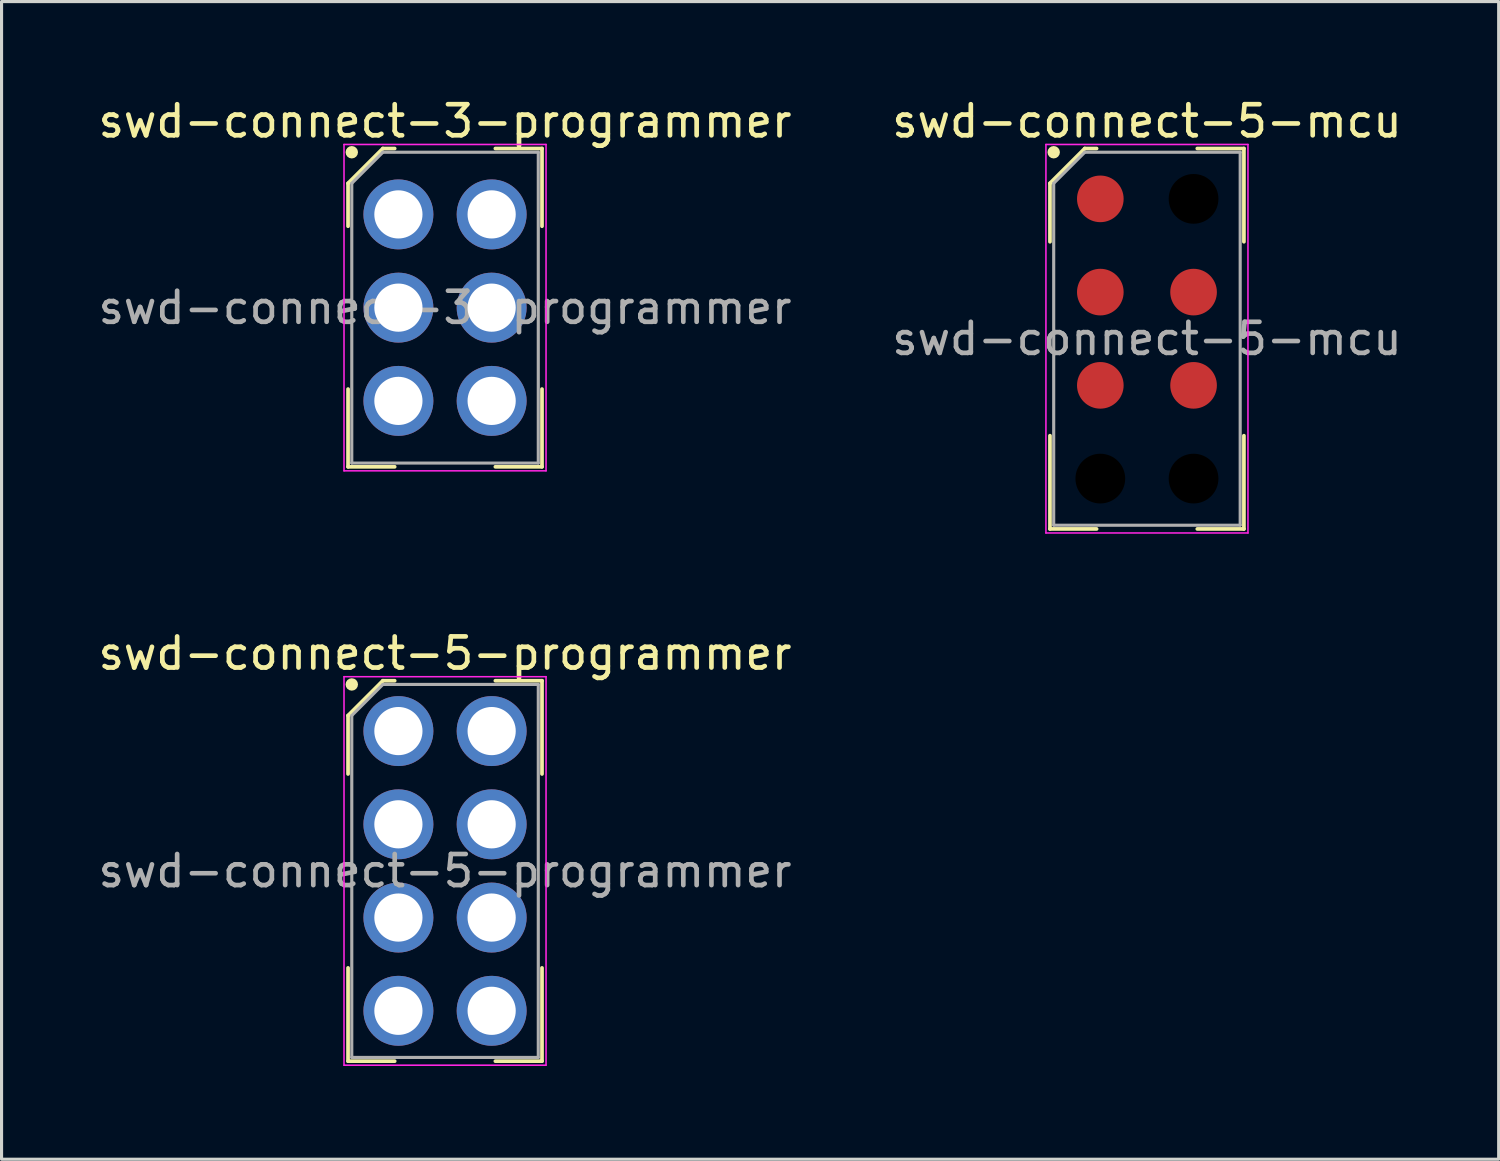
<source format=kicad_pcb>
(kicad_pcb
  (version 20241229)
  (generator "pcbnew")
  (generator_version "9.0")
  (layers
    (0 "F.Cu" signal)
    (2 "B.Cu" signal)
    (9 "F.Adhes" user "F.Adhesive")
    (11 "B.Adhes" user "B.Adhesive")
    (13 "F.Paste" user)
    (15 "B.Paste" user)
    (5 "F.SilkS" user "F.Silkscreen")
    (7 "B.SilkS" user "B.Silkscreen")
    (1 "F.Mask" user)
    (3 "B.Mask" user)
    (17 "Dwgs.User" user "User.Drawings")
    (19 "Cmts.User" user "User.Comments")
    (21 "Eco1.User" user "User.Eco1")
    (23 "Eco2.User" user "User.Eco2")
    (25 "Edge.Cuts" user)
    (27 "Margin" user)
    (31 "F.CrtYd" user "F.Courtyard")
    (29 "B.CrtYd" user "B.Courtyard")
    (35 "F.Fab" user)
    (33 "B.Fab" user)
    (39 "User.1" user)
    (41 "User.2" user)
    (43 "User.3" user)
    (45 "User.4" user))
  (footprint "swd-connect-3-programmer"
    (layer "F.Cu")
    (at 11.268 6.848)
    (property "Reference" "swd-connect-3-programmer" (at 0 -6 0) (layer "F.SilkS") (effects (font (size 1 1) (thickness 0.15))))
    (attr smd)
    (fp_line (start -3.12 -4) (end -3.12 -2.62) (stroke (width 0.12) (type default)) (layer "F.SilkS"))
    (fp_line (start -3.12 5.12) (end -3.12 2.62) (stroke (width 0.12) (type default)) (layer "F.SilkS"))
    (fp_line (start -2 -5.12) (end -3.12 -4) (stroke (width 0.12) (type default)) (layer "F.SilkS"))
    (fp_line (start -1.62 -5.12) (end -2 -5.12) (stroke (width 0.12) (type default)) (layer "F.SilkS"))
    (fp_line (start -1.62 5.12) (end -3.12 5.12) (stroke (width 0.12) (type default)) (layer "F.SilkS"))
    (fp_line (start 1.62 -5.12) (end 3.12 -5.12) (stroke (width 0.12) (type default)) (layer "F.SilkS"))
    (fp_line (start 1.62 5.12) (end 3.12 5.12) (stroke (width 0.12) (type default)) (layer "F.SilkS"))
    (fp_line (start 3.12 -5.12) (end 3.12 -2.62) (stroke (width 0.12) (type default)) (layer "F.SilkS"))
    (fp_line (start 3.12 5.12) (end 3.12 2.62) (stroke (width 0.12) (type default)) (layer "F.SilkS"))
    (fp_circle (center -3 -5) (end -3 -4.9) (stroke (width 0.2) (type default)) (fill no) (layer "F.SilkS"))
    (fp_line (start -3.25 -5.25) (end 3.25 -5.25) (stroke (width 0.05) (type default)) (layer "F.CrtYd"))
    (fp_line (start -3.25 5.25) (end -3.25 -5.25) (stroke (width 0.05) (type default)) (layer "F.CrtYd"))
    (fp_line (start 3.25 -5.25) (end 3.25 5.25) (stroke (width 0.05) (type default)) (layer "F.CrtYd"))
    (fp_line (start 3.25 5.25) (end -3.25 5.25) (stroke (width 0.05) (type default)) (layer "F.CrtYd"))
    (fp_line (start -3 -4) (end -3 5) (stroke (width 0.1) (type default)) (layer "F.Fab"))
    (fp_line (start -3 5) (end 3 5) (stroke (width 0.1) (type default)) (layer "F.Fab"))
    (fp_line (start -2 -5) (end -3 -4) (stroke (width 0.1) (type default)) (layer "F.Fab"))
    (fp_line (start 3 -5) (end -2 -5) (stroke (width 0.1) (type default)) (layer "F.Fab"))
    (fp_line (start 3 5) (end 3 -5) (stroke (width 0.1) (type default)) (layer "F.Fab"))
    (fp_text user "${REFERENCE}" (at 0 0 0) (layer "F.Fab") (effects (font (size 1 1) (thickness 0.15))))
    (pad "" np_thru_hole circle (at -1.5 3) (size 2.25 2.25) (drill 1.55) (layers "*.Cu" "*.Mask"))
    (pad "" np_thru_hole circle (at 1.5 -3) (size 2.25 2.25) (drill 1.55) (layers "*.Cu" "*.Mask"))
    (pad "" np_thru_hole circle (at 1.5 3) (size 2.25 2.25) (drill 1.55) (layers "*.Cu" "*.Mask"))
    (pad "1" thru_hole circle (at -1.5 -3) (size 2.25 2.25) (drill 1.55) (layers "*.Cu" "*.Mask"))
    (pad "2" thru_hole circle (at -1.5 0) (size 2.25 2.25) (drill 1.55) (layers "*.Cu" "*.Mask"))
    (pad "3" thru_hole circle (at 1.5 0) (size 2.25 2.25) (drill 1.55) (layers "*.Cu" "*.Mask")))
  (footprint "swd-connect-5-mcu"
    (layer "F.Cu")
    (at 33.851 7.848)
    (property "Reference" "swd-connect-5-mcu" (at 0 -7 0) (layer "F.SilkS") (effects (font (size 1 1) (thickness 0.15))))
    (attr smd)
    (fp_line (start -3.12 -5) (end -3.12 -3.12) (stroke (width 0.12) (type default)) (layer "F.SilkS"))
    (fp_line (start -3.12 6.12) (end -3.12 3.12) (stroke (width 0.12) (type default)) (layer "F.SilkS"))
    (fp_line (start -2 -6.12) (end -3.12 -5) (stroke (width 0.12) (type default)) (layer "F.SilkS"))
    (fp_line (start -1.62 -6.12) (end -2 -6.12) (stroke (width 0.12) (type default)) (layer "F.SilkS"))
    (fp_line (start -1.62 6.12) (end -3.12 6.12) (stroke (width 0.12) (type default)) (layer "F.SilkS"))
    (fp_line (start 1.62 -6.12) (end 3.12 -6.12) (stroke (width 0.12) (type default)) (layer "F.SilkS"))
    (fp_line (start 1.62 6.12) (end 3.12 6.12) (stroke (width 0.12) (type default)) (layer "F.SilkS"))
    (fp_line (start 3.12 -6.12) (end 3.12 -3.12) (stroke (width 0.12) (type default)) (layer "F.SilkS"))
    (fp_line (start 3.12 6.12) (end 3.12 3.12) (stroke (width 0.12) (type default)) (layer "F.SilkS"))
    (fp_circle (center -3 -6) (end -3 -5.9) (stroke (width 0.2) (type default)) (fill no) (layer "F.SilkS"))
    (fp_line (start -3.25 -6.25) (end 3.25 -6.25) (stroke (width 0.05) (type default)) (layer "F.CrtYd"))
    (fp_line (start -3.25 6.25) (end -3.25 -6.25) (stroke (width 0.05) (type default)) (layer "F.CrtYd"))
    (fp_line (start 3.25 -6.25) (end 3.25 6.25) (stroke (width 0.05) (type default)) (layer "F.CrtYd"))
    (fp_line (start 3.25 6.25) (end -3.25 6.25) (stroke (width 0.05) (type default)) (layer "F.CrtYd"))
    (fp_line (start -3 -5) (end -3 6) (stroke (width 0.1) (type default)) (layer "F.Fab"))
    (fp_line (start -3 6) (end 3 6) (stroke (width 0.1) (type default)) (layer "F.Fab"))
    (fp_line (start -2 -6) (end -3 -5) (stroke (width 0.1) (type default)) (layer "F.Fab"))
    (fp_line (start 3 -6) (end -2 -6) (stroke (width 0.1) (type default)) (layer "F.Fab"))
    (fp_line (start 3 6) (end 3 -6) (stroke (width 0.1) (type default)) (layer "F.Fab"))
    (fp_text user "${REFERENCE}" (at 0 0 0) (layer "F.Fab") (effects (font (size 1 1) (thickness 0.15))))
    (pad "" np_thru_hole circle (at -1.5 4.5) (size 1.6 1.6) (drill 1.6) (layers "*.Mask"))
    (pad "" np_thru_hole circle (at 1.5 -4.5) (size 1.6 1.6) (drill 1.6) (layers "*.Mask"))
    (pad "" np_thru_hole circle (at 1.5 4.5) (size 1.6 1.6) (drill 1.6) (layers "*.Mask"))
    (pad "1" smd circle (at -1.5 -4.5) (size 1.5 1.5) (property pad_prop_testpoint) (layers "F.Cu" "F.Mask" "F.Paste"))
    (pad "2" smd circle (at -1.5 -1.5) (size 1.5 1.5) (property pad_prop_testpoint) (layers "F.Cu" "F.Mask" "F.Paste"))
    (pad "3" smd circle (at 1.5 -1.5) (size 1.5 1.5) (property pad_prop_testpoint) (layers "F.Cu" "F.Mask" "F.Paste"))
    (pad "4" smd circle (at -1.5 1.5) (size 1.5 1.5) (property pad_prop_testpoint) (layers "F.Cu" "F.Mask" "F.Paste"))
    (pad "5" smd circle (at 1.5 1.5) (size 1.5 1.5) (property pad_prop_testpoint) (layers "F.Cu" "F.Mask" "F.Paste")))
  (footprint "swd-connect-5-programmer"
    (layer "F.Cu")
    (at 11.268 24.971)
    (property "Reference" "swd-connect-5-programmer" (at 0 -7 0) (layer "F.SilkS") (effects (font (size 1 1) (thickness 0.15))))
    (attr smd)
    (fp_line (start -3.12 -5) (end -3.12 -3.12) (stroke (width 0.12) (type default)) (layer "F.SilkS"))
    (fp_line (start -3.12 6.12) (end -3.12 3.12) (stroke (width 0.12) (type default)) (layer "F.SilkS"))
    (fp_line (start -2 -6.12) (end -3.12 -5) (stroke (width 0.12) (type default)) (layer "F.SilkS"))
    (fp_line (start -1.62 -6.12) (end -2 -6.12) (stroke (width 0.12) (type default)) (layer "F.SilkS"))
    (fp_line (start -1.62 6.12) (end -3.12 6.12) (stroke (width 0.12) (type default)) (layer "F.SilkS"))
    (fp_line (start 1.62 -6.12) (end 3.12 -6.12) (stroke (width 0.12) (type default)) (layer "F.SilkS"))
    (fp_line (start 1.62 6.12) (end 3.12 6.12) (stroke (width 0.12) (type default)) (layer "F.SilkS"))
    (fp_line (start 3.12 -6.12) (end 3.12 -3.12) (stroke (width 0.12) (type default)) (layer "F.SilkS"))
    (fp_line (start 3.12 6.12) (end 3.12 3.12) (stroke (width 0.12) (type default)) (layer "F.SilkS"))
    (fp_circle (center -3 -6) (end -3 -5.9) (stroke (width 0.2) (type default)) (fill no) (layer "F.SilkS"))
    (fp_line (start -3.25 -6.25) (end 3.25 -6.25) (stroke (width 0.05) (type default)) (layer "F.CrtYd"))
    (fp_line (start -3.25 6.25) (end -3.25 -6.25) (stroke (width 0.05) (type default)) (layer "F.CrtYd"))
    (fp_line (start 3.25 -6.25) (end 3.25 6.25) (stroke (width 0.05) (type default)) (layer "F.CrtYd"))
    (fp_line (start 3.25 6.25) (end -3.25 6.25) (stroke (width 0.05) (type default)) (layer "F.CrtYd"))
    (fp_line (start -3 -5) (end -3 6) (stroke (width 0.1) (type default)) (layer "F.Fab"))
    (fp_line (start -3 6) (end 3 6) (stroke (width 0.1) (type default)) (layer "F.Fab"))
    (fp_line (start -2 -6) (end -3 -5) (stroke (width 0.1) (type default)) (layer "F.Fab"))
    (fp_line (start 3 -6) (end -2 -6) (stroke (width 0.1) (type default)) (layer "F.Fab"))
    (fp_line (start 3 6) (end 3 -6) (stroke (width 0.1) (type default)) (layer "F.Fab"))
    (fp_text user "${REFERENCE}" (at 0 0 0) (layer "F.Fab") (effects (font (size 1 1) (thickness 0.15))))
    (pad "" np_thru_hole circle (at -1.5 4.5) (size 2.25 2.25) (drill 1.55) (layers "*.Cu" "*.Mask"))
    (pad "" np_thru_hole circle (at 1.5 -4.5) (size 2.25 2.25) (drill 1.55) (layers "*.Cu" "*.Mask"))
    (pad "" np_thru_hole circle (at 1.5 4.5) (size 2.25 2.25) (drill 1.55) (layers "*.Cu" "*.Mask"))
    (pad "1" thru_hole circle (at -1.5 -4.5) (size 2.25 2.25) (drill 1.55) (layers "*.Cu" "*.Mask"))
    (pad "2" thru_hole circle (at -1.5 -1.5) (size 2.25 2.25) (drill 1.55) (layers "*.Cu" "*.Mask"))
    (pad "3" thru_hole circle (at 1.5 -1.5) (size 2.25 2.25) (drill 1.55) (layers "*.Cu" "*.Mask"))
    (pad "4" thru_hole circle (at -1.5 1.5) (size 2.25 2.25) (drill 1.55) (layers "*.Cu" "*.Mask"))
    (pad "5" thru_hole circle (at 1.5 1.5) (size 2.25 2.25) (drill 1.55) (layers "*.Cu" "*.Mask")))
  (gr_rect
    (start -3 -3)
    (end 45.167 34.246)
    (stroke (width 0.1) (type default))
    (fill no)
    (layer "Edge.Cuts")))
</source>
